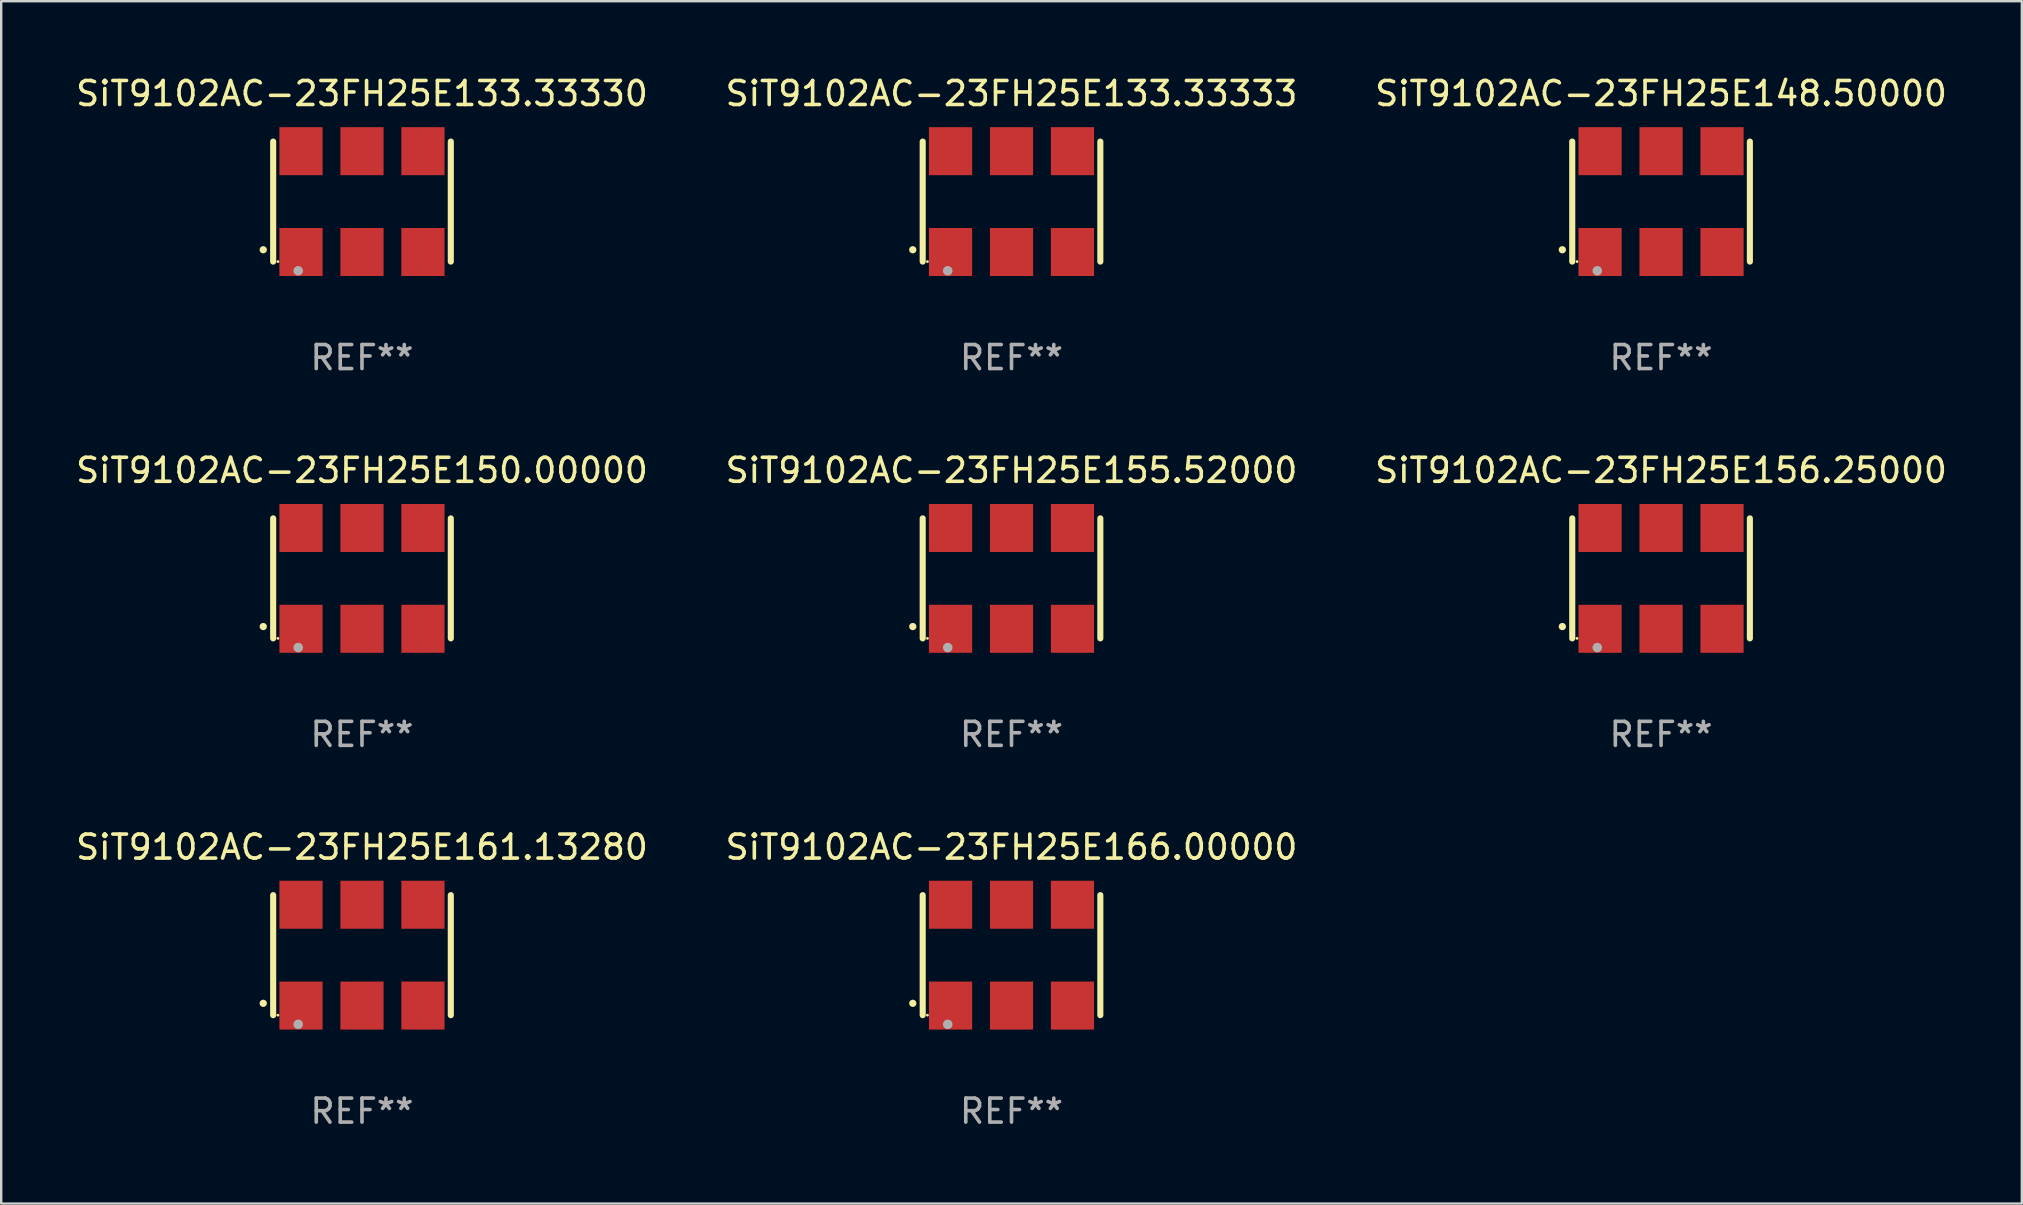
<source format=kicad_pcb>
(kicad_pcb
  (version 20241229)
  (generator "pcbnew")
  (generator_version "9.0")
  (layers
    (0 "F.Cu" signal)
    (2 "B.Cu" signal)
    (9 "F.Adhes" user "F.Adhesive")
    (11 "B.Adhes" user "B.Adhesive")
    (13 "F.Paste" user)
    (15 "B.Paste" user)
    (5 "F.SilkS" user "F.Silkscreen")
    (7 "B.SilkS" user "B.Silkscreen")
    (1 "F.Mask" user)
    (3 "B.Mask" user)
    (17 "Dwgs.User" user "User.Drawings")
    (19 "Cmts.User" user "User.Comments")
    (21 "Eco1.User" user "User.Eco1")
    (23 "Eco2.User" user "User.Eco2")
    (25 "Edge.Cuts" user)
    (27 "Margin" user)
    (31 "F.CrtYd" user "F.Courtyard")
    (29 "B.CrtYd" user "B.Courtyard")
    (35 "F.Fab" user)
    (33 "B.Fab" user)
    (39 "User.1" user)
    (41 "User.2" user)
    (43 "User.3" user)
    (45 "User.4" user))
  (footprint "SiT9102AC-23FH25E156.25000"
    (layer "F.Cu")
    (at 66.149 21.045)
    (property "Reference" "SiT9102AC-23FH25E156.25000" (at 0 -4.5 0) (layer "F.SilkS") (effects (font (size 1 1) (thickness 0.15))))
    (attr through_hole)
    (fp_line (start -3.7 -2.5) (end -3.7 2.5) (stroke (width 0.254) (type solid)) (layer "F.SilkS"))
    (fp_line (start 3.7 -2.5) (end 3.7 2.5) (stroke (width 0.254) (type solid)) (layer "F.SilkS"))
    (fp_arc (start -4.114415 2.006604) (mid -4.113145 2.006599) (end -4.111875 2.006604) (stroke (width 0.3) (type solid)) (layer "F.SilkS"))
    (fp_circle (center -3.502 2.5) (end -3.472 2.5) (stroke (width 0.06) (type solid)) (fill no) (layer "F.SilkS"))
    (fp_circle (center -2.657 2.882) (end -2.557 2.882) (stroke (width 0.2) (type solid)) (fill no) (layer "F.Fab"))
    (fp_text user "REF**" (at 0 6.5 0) (layer "F.Fab") (effects (font (size 1 1) (thickness 0.15))))
    (pad "1" smd rect (at -2.54 2.1) (size 1.8 2) (layers "F.Cu" "F.Mask" "F.Paste"))
    (pad "2" smd rect (at 0.000394 2.1) (size 1.8 2) (layers "F.Cu" "F.Mask" "F.Paste"))
    (pad "3" smd rect (at 2.54 2.1) (size 1.8 2) (layers "F.Cu" "F.Mask" "F.Paste"))
    (pad "4" smd rect (at 2.54 -2.1) (size 1.8 2) (layers "F.Cu" "F.Mask" "F.Paste"))
    (pad "5" smd rect (at 0.000394 -2.1) (size 1.8 2) (layers "F.Cu" "F.Mask" "F.Paste"))
    (pad "6" smd rect (at -2.54 -2.1) (size 1.8 2) (layers "F.Cu" "F.Mask" "F.Paste")))
  (footprint "SiT9102AC-23FH25E148.50000"
    (layer "F.Cu")
    (at 66.149 5.348)
    (property "Reference" "SiT9102AC-23FH25E148.50000" (at 0 -4.5 0) (layer "F.SilkS") (effects (font (size 1 1) (thickness 0.15))))
    (attr through_hole)
    (fp_line (start -3.7 -2.5) (end -3.7 2.5) (stroke (width 0.254) (type solid)) (layer "F.SilkS"))
    (fp_line (start 3.7 -2.5) (end 3.7 2.5) (stroke (width 0.254) (type solid)) (layer "F.SilkS"))
    (fp_arc (start -4.114415 2.006604) (mid -4.113145 2.006599) (end -4.111875 2.006604) (stroke (width 0.3) (type solid)) (layer "F.SilkS"))
    (fp_circle (center -3.502 2.5) (end -3.472 2.5) (stroke (width 0.06) (type solid)) (fill no) (layer "F.SilkS"))
    (fp_circle (center -2.657 2.882) (end -2.557 2.882) (stroke (width 0.2) (type solid)) (fill no) (layer "F.Fab"))
    (fp_text user "REF**" (at 0 6.5 0) (layer "F.Fab") (effects (font (size 1 1) (thickness 0.15))))
    (pad "1" smd rect (at -2.54 2.1) (size 1.8 2) (layers "F.Cu" "F.Mask" "F.Paste"))
    (pad "2" smd rect (at 0.000394 2.1) (size 1.8 2) (layers "F.Cu" "F.Mask" "F.Paste"))
    (pad "3" smd rect (at 2.54 2.1) (size 1.8 2) (layers "F.Cu" "F.Mask" "F.Paste"))
    (pad "4" smd rect (at 2.54 -2.1) (size 1.8 2) (layers "F.Cu" "F.Mask" "F.Paste"))
    (pad "5" smd rect (at 0.000394 -2.1) (size 1.8 2) (layers "F.Cu" "F.Mask" "F.Paste"))
    (pad "6" smd rect (at -2.54 -2.1) (size 1.8 2) (layers "F.Cu" "F.Mask" "F.Paste")))
  (footprint "SiT9102AC-23FH25E161.13280"
    (layer "F.Cu")
    (at 12.03 36.741)
    (property "Reference" "SiT9102AC-23FH25E161.13280" (at 0 -4.5 0) (layer "F.SilkS") (effects (font (size 1 1) (thickness 0.15))))
    (attr through_hole)
    (fp_line (start -3.7 -2.5) (end -3.7 2.5) (stroke (width 0.254) (type solid)) (layer "F.SilkS"))
    (fp_line (start 3.7 -2.5) (end 3.7 2.5) (stroke (width 0.254) (type solid)) (layer "F.SilkS"))
    (fp_arc (start -4.114415 2.006604) (mid -4.113145 2.006599) (end -4.111875 2.006604) (stroke (width 0.3) (type solid)) (layer "F.SilkS"))
    (fp_circle (center -3.502 2.5) (end -3.472 2.5) (stroke (width 0.06) (type solid)) (fill no) (layer "F.SilkS"))
    (fp_circle (center -2.657 2.882) (end -2.557 2.882) (stroke (width 0.2) (type solid)) (fill no) (layer "F.Fab"))
    (fp_text user "REF**" (at 0 6.5 0) (layer "F.Fab") (effects (font (size 1 1) (thickness 0.15))))
    (pad "1" smd rect (at -2.54 2.1) (size 1.8 2) (layers "F.Cu" "F.Mask" "F.Paste"))
    (pad "2" smd rect (at 0.000394 2.1) (size 1.8 2) (layers "F.Cu" "F.Mask" "F.Paste"))
    (pad "3" smd rect (at 2.54 2.1) (size 1.8 2) (layers "F.Cu" "F.Mask" "F.Paste"))
    (pad "4" smd rect (at 2.54 -2.1) (size 1.8 2) (layers "F.Cu" "F.Mask" "F.Paste"))
    (pad "5" smd rect (at 0.000394 -2.1) (size 1.8 2) (layers "F.Cu" "F.Mask" "F.Paste"))
    (pad "6" smd rect (at -2.54 -2.1) (size 1.8 2) (layers "F.Cu" "F.Mask" "F.Paste")))
  (footprint "SiT9102AC-23FH25E133.33333"
    (layer "F.Cu")
    (at 39.089 5.348)
    (property "Reference" "SiT9102AC-23FH25E133.33333" (at 0 -4.5 0) (layer "F.SilkS") (effects (font (size 1 1) (thickness 0.15))))
    (attr through_hole)
    (fp_line (start -3.7 -2.5) (end -3.7 2.5) (stroke (width 0.254) (type solid)) (layer "F.SilkS"))
    (fp_line (start 3.7 -2.5) (end 3.7 2.5) (stroke (width 0.254) (type solid)) (layer "F.SilkS"))
    (fp_arc (start -4.114415 2.006604) (mid -4.113145 2.006599) (end -4.111875 2.006604) (stroke (width 0.3) (type solid)) (layer "F.SilkS"))
    (fp_circle (center -3.502 2.5) (end -3.472 2.5) (stroke (width 0.06) (type solid)) (fill no) (layer "F.SilkS"))
    (fp_circle (center -2.657 2.882) (end -2.557 2.882) (stroke (width 0.2) (type solid)) (fill no) (layer "F.Fab"))
    (fp_text user "REF**" (at 0 6.5 0) (layer "F.Fab") (effects (font (size 1 1) (thickness 0.15))))
    (pad "1" smd rect (at -2.54 2.1) (size 1.8 2) (layers "F.Cu" "F.Mask" "F.Paste"))
    (pad "2" smd rect (at 0.000394 2.1) (size 1.8 2) (layers "F.Cu" "F.Mask" "F.Paste"))
    (pad "3" smd rect (at 2.54 2.1) (size 1.8 2) (layers "F.Cu" "F.Mask" "F.Paste"))
    (pad "4" smd rect (at 2.54 -2.1) (size 1.8 2) (layers "F.Cu" "F.Mask" "F.Paste"))
    (pad "5" smd rect (at 0.000394 -2.1) (size 1.8 2) (layers "F.Cu" "F.Mask" "F.Paste"))
    (pad "6" smd rect (at -2.54 -2.1) (size 1.8 2) (layers "F.Cu" "F.Mask" "F.Paste")))
  (footprint "SiT9102AC-23FH25E166.00000"
    (layer "F.Cu")
    (at 39.089 36.741)
    (property "Reference" "SiT9102AC-23FH25E166.00000" (at 0 -4.5 0) (layer "F.SilkS") (effects (font (size 1 1) (thickness 0.15))))
    (attr through_hole)
    (fp_line (start -3.7 -2.5) (end -3.7 2.5) (stroke (width 0.254) (type solid)) (layer "F.SilkS"))
    (fp_line (start 3.7 -2.5) (end 3.7 2.5) (stroke (width 0.254) (type solid)) (layer "F.SilkS"))
    (fp_arc (start -4.114415 2.006604) (mid -4.113145 2.006599) (end -4.111875 2.006604) (stroke (width 0.3) (type solid)) (layer "F.SilkS"))
    (fp_circle (center -3.502 2.5) (end -3.472 2.5) (stroke (width 0.06) (type solid)) (fill no) (layer "F.SilkS"))
    (fp_circle (center -2.657 2.882) (end -2.557 2.882) (stroke (width 0.2) (type solid)) (fill no) (layer "F.Fab"))
    (fp_text user "REF**" (at 0 6.5 0) (layer "F.Fab") (effects (font (size 1 1) (thickness 0.15))))
    (pad "1" smd rect (at -2.54 2.1) (size 1.8 2) (layers "F.Cu" "F.Mask" "F.Paste"))
    (pad "2" smd rect (at 0.000394 2.1) (size 1.8 2) (layers "F.Cu" "F.Mask" "F.Paste"))
    (pad "3" smd rect (at 2.54 2.1) (size 1.8 2) (layers "F.Cu" "F.Mask" "F.Paste"))
    (pad "4" smd rect (at 2.54 -2.1) (size 1.8 2) (layers "F.Cu" "F.Mask" "F.Paste"))
    (pad "5" smd rect (at 0.000394 -2.1) (size 1.8 2) (layers "F.Cu" "F.Mask" "F.Paste"))
    (pad "6" smd rect (at -2.54 -2.1) (size 1.8 2) (layers "F.Cu" "F.Mask" "F.Paste")))
  (footprint "SiT9102AC-23FH25E133.33330"
    (layer "F.Cu")
    (at 12.03 5.348)
    (property "Reference" "SiT9102AC-23FH25E133.33330" (at 0 -4.5 0) (layer "F.SilkS") (effects (font (size 1 1) (thickness 0.15))))
    (attr through_hole)
    (fp_line (start -3.7 -2.5) (end -3.7 2.5) (stroke (width 0.254) (type solid)) (layer "F.SilkS"))
    (fp_line (start 3.7 -2.5) (end 3.7 2.5) (stroke (width 0.254) (type solid)) (layer "F.SilkS"))
    (fp_arc (start -4.114415 2.006604) (mid -4.113145 2.006599) (end -4.111875 2.006604) (stroke (width 0.3) (type solid)) (layer "F.SilkS"))
    (fp_circle (center -3.502 2.5) (end -3.472 2.5) (stroke (width 0.06) (type solid)) (fill no) (layer "F.SilkS"))
    (fp_circle (center -2.657 2.882) (end -2.557 2.882) (stroke (width 0.2) (type solid)) (fill no) (layer "F.Fab"))
    (fp_text user "REF**" (at 0 6.5 0) (layer "F.Fab") (effects (font (size 1 1) (thickness 0.15))))
    (pad "1" smd rect (at -2.54 2.1) (size 1.8 2) (layers "F.Cu" "F.Mask" "F.Paste"))
    (pad "2" smd rect (at 0.000394 2.1) (size 1.8 2) (layers "F.Cu" "F.Mask" "F.Paste"))
    (pad "3" smd rect (at 2.54 2.1) (size 1.8 2) (layers "F.Cu" "F.Mask" "F.Paste"))
    (pad "4" smd rect (at 2.54 -2.1) (size 1.8 2) (layers "F.Cu" "F.Mask" "F.Paste"))
    (pad "5" smd rect (at 0.000394 -2.1) (size 1.8 2) (layers "F.Cu" "F.Mask" "F.Paste"))
    (pad "6" smd rect (at -2.54 -2.1) (size 1.8 2) (layers "F.Cu" "F.Mask" "F.Paste")))
  (footprint "SiT9102AC-23FH25E150.00000"
    (layer "F.Cu")
    (at 12.03 21.045)
    (property "Reference" "SiT9102AC-23FH25E150.00000" (at 0 -4.5 0) (layer "F.SilkS") (effects (font (size 1 1) (thickness 0.15))))
    (attr through_hole)
    (fp_line (start -3.7 -2.5) (end -3.7 2.5) (stroke (width 0.254) (type solid)) (layer "F.SilkS"))
    (fp_line (start 3.7 -2.5) (end 3.7 2.5) (stroke (width 0.254) (type solid)) (layer "F.SilkS"))
    (fp_arc (start -4.114415 2.006604) (mid -4.113145 2.006599) (end -4.111875 2.006604) (stroke (width 0.3) (type solid)) (layer "F.SilkS"))
    (fp_circle (center -3.502 2.5) (end -3.472 2.5) (stroke (width 0.06) (type solid)) (fill no) (layer "F.SilkS"))
    (fp_circle (center -2.657 2.882) (end -2.557 2.882) (stroke (width 0.2) (type solid)) (fill no) (layer "F.Fab"))
    (fp_text user "REF**" (at 0 6.5 0) (layer "F.Fab") (effects (font (size 1 1) (thickness 0.15))))
    (pad "1" smd rect (at -2.54 2.1) (size 1.8 2) (layers "F.Cu" "F.Mask" "F.Paste"))
    (pad "2" smd rect (at 0.000394 2.1) (size 1.8 2) (layers "F.Cu" "F.Mask" "F.Paste"))
    (pad "3" smd rect (at 2.54 2.1) (size 1.8 2) (layers "F.Cu" "F.Mask" "F.Paste"))
    (pad "4" smd rect (at 2.54 -2.1) (size 1.8 2) (layers "F.Cu" "F.Mask" "F.Paste"))
    (pad "5" smd rect (at 0.000394 -2.1) (size 1.8 2) (layers "F.Cu" "F.Mask" "F.Paste"))
    (pad "6" smd rect (at -2.54 -2.1) (size 1.8 2) (layers "F.Cu" "F.Mask" "F.Paste")))
  (footprint "SiT9102AC-23FH25E155.52000"
    (layer "F.Cu")
    (at 39.089 21.045)
    (property "Reference" "SiT9102AC-23FH25E155.52000" (at 0 -4.5 0) (layer "F.SilkS") (effects (font (size 1 1) (thickness 0.15))))
    (attr through_hole)
    (fp_line (start -3.7 -2.5) (end -3.7 2.5) (stroke (width 0.254) (type solid)) (layer "F.SilkS"))
    (fp_line (start 3.7 -2.5) (end 3.7 2.5) (stroke (width 0.254) (type solid)) (layer "F.SilkS"))
    (fp_arc (start -4.114415 2.006604) (mid -4.113145 2.006599) (end -4.111875 2.006604) (stroke (width 0.3) (type solid)) (layer "F.SilkS"))
    (fp_circle (center -3.502 2.5) (end -3.472 2.5) (stroke (width 0.06) (type solid)) (fill no) (layer "F.SilkS"))
    (fp_circle (center -2.657 2.882) (end -2.557 2.882) (stroke (width 0.2) (type solid)) (fill no) (layer "F.Fab"))
    (fp_text user "REF**" (at 0 6.5 0) (layer "F.Fab") (effects (font (size 1 1) (thickness 0.15))))
    (pad "1" smd rect (at -2.54 2.1) (size 1.8 2) (layers "F.Cu" "F.Mask" "F.Paste"))
    (pad "2" smd rect (at 0.000394 2.1) (size 1.8 2) (layers "F.Cu" "F.Mask" "F.Paste"))
    (pad "3" smd rect (at 2.54 2.1) (size 1.8 2) (layers "F.Cu" "F.Mask" "F.Paste"))
    (pad "4" smd rect (at 2.54 -2.1) (size 1.8 2) (layers "F.Cu" "F.Mask" "F.Paste"))
    (pad "5" smd rect (at 0.000394 -2.1) (size 1.8 2) (layers "F.Cu" "F.Mask" "F.Paste"))
    (pad "6" smd rect (at -2.54 -2.1) (size 1.8 2) (layers "F.Cu" "F.Mask" "F.Paste")))
  (gr_rect
    (start -3 -3)
    (end 81.179 47.09)
    (stroke (width 0.1) (type default))
    (fill no)
    (layer "Edge.Cuts")))
</source>
